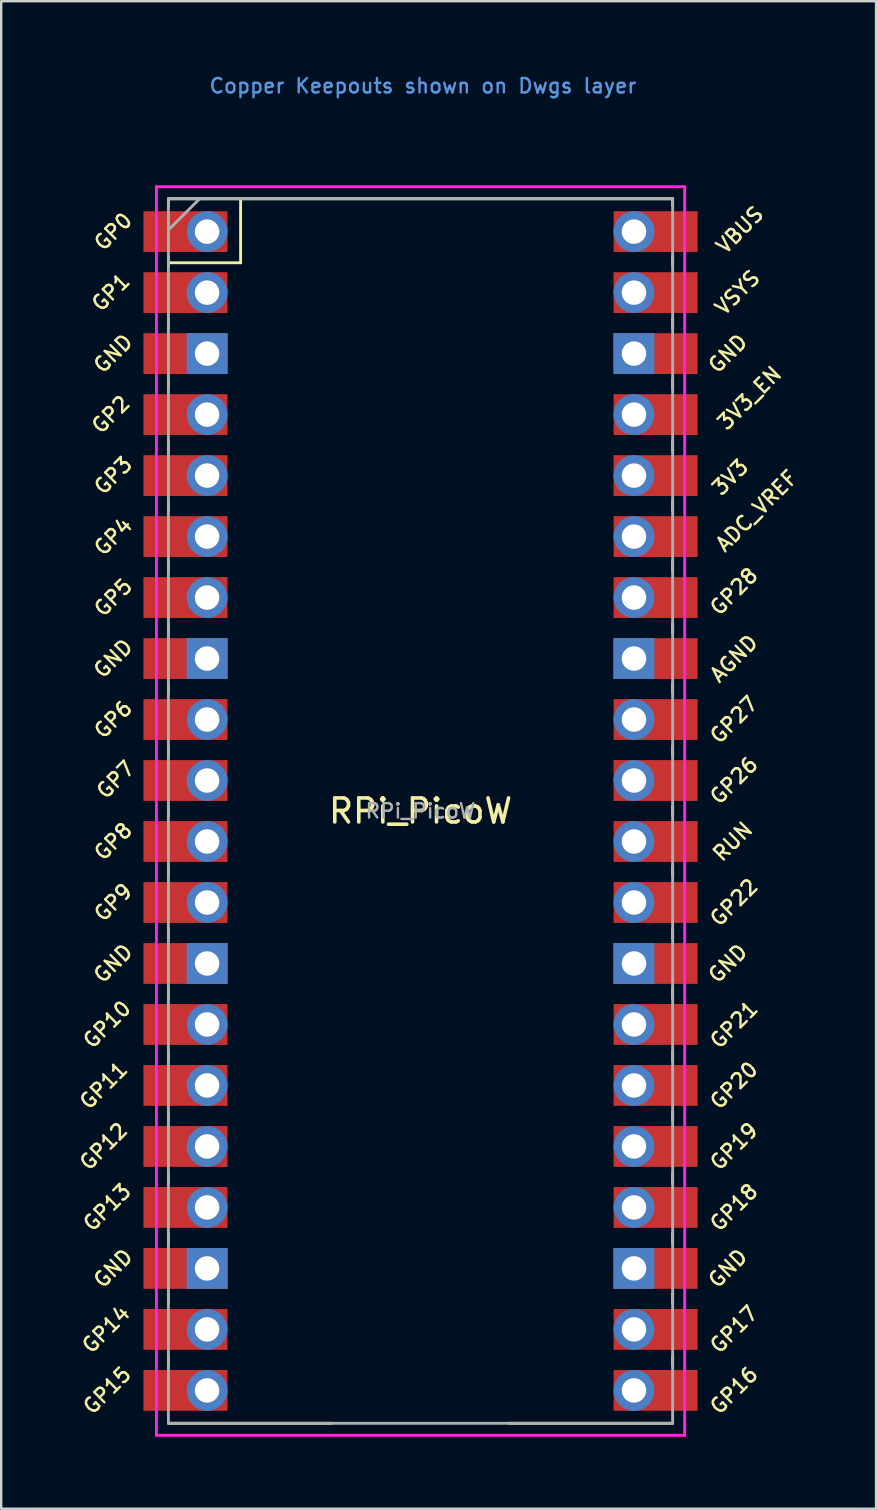
<source format=kicad_pcb>
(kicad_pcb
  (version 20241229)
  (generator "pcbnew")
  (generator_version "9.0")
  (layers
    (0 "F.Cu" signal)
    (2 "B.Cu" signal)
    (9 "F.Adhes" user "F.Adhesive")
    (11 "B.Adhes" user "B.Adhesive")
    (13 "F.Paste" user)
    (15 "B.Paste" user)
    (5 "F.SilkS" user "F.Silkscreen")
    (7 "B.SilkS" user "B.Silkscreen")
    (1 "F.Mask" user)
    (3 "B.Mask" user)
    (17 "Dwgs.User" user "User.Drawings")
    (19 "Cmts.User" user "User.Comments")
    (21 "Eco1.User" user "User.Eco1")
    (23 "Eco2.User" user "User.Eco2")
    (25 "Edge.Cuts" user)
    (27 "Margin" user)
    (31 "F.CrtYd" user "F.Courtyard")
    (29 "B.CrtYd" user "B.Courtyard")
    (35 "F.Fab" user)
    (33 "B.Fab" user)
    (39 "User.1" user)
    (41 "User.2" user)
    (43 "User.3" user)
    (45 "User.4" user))
  (footprint "RPi_PicoW"
    (layer "F.Cu")
    (at 14.464 30.727)
    (property "Reference" "RPi_PicoW" (at 0 0 0) (layer "F.SilkS") (effects (font (size 1 1) (thickness 0.15))))
    (attr through_hole)
    (fp_line (start -10.5 -25.5) (end -10.5 -25.2) (stroke (width 0.12) (type solid)) (layer "F.SilkS"))
    (fp_line (start -10.5 -25.5) (end 10.5 -25.5) (stroke (width 0.12) (type solid)) (layer "F.SilkS"))
    (fp_line (start -10.5 -23.1) (end -10.5 -22.7) (stroke (width 0.12) (type solid)) (layer "F.SilkS"))
    (fp_line (start -10.5 -22.833) (end -7.493 -22.833) (stroke (width 0.12) (type solid)) (layer "F.SilkS"))
    (fp_line (start -10.5 -20.5) (end -10.5 -20.1) (stroke (width 0.12) (type solid)) (layer "F.SilkS"))
    (fp_line (start -10.5 -18) (end -10.5 -17.6) (stroke (width 0.12) (type solid)) (layer "F.SilkS"))
    (fp_line (start -10.5 -15.4) (end -10.5 -15) (stroke (width 0.12) (type solid)) (layer "F.SilkS"))
    (fp_line (start -10.5 -12.9) (end -10.5 -12.5) (stroke (width 0.12) (type solid)) (layer "F.SilkS"))
    (fp_line (start -10.5 -10.4) (end -10.5 -10) (stroke (width 0.12) (type solid)) (layer "F.SilkS"))
    (fp_line (start -10.5 -7.8) (end -10.5 -7.4) (stroke (width 0.12) (type solid)) (layer "F.SilkS"))
    (fp_line (start -10.5 -5.3) (end -10.5 -4.9) (stroke (width 0.12) (type solid)) (layer "F.SilkS"))
    (fp_line (start -10.5 -2.7) (end -10.5 -2.3) (stroke (width 0.12) (type solid)) (layer "F.SilkS"))
    (fp_line (start -10.5 -0.2) (end -10.5 0.2) (stroke (width 0.12) (type solid)) (layer "F.SilkS"))
    (fp_line (start -10.5 2.3) (end -10.5 2.7) (stroke (width 0.12) (type solid)) (layer "F.SilkS"))
    (fp_line (start -10.5 4.9) (end -10.5 5.3) (stroke (width 0.12) (type solid)) (layer "F.SilkS"))
    (fp_line (start -10.5 7.4) (end -10.5 7.8) (stroke (width 0.12) (type solid)) (layer "F.SilkS"))
    (fp_line (start -10.5 10) (end -10.5 10.4) (stroke (width 0.12) (type solid)) (layer "F.SilkS"))
    (fp_line (start -10.5 12.5) (end -10.5 12.9) (stroke (width 0.12) (type solid)) (layer "F.SilkS"))
    (fp_line (start -10.5 15.1) (end -10.5 15.5) (stroke (width 0.12) (type solid)) (layer "F.SilkS"))
    (fp_line (start -10.5 17.6) (end -10.5 18) (stroke (width 0.12) (type solid)) (layer "F.SilkS"))
    (fp_line (start -10.5 20.1) (end -10.5 20.5) (stroke (width 0.12) (type solid)) (layer "F.SilkS"))
    (fp_line (start -10.5 22.7) (end -10.5 23.1) (stroke (width 0.12) (type solid)) (layer "F.SilkS"))
    (fp_line (start -7.493 -22.833) (end -7.493 -25.5) (stroke (width 0.12) (type solid)) (layer "F.SilkS"))
    (fp_line (start -3.7 25.5) (end -10.5 25.5) (stroke (width 0.12) (type solid)) (layer "F.SilkS"))
    (fp_line (start 10.5 -25.5) (end 10.5 -25.2) (stroke (width 0.12) (type solid)) (layer "F.SilkS"))
    (fp_line (start 10.5 -23.1) (end 10.5 -22.7) (stroke (width 0.12) (type solid)) (layer "F.SilkS"))
    (fp_line (start 10.5 -20.5) (end 10.5 -20.1) (stroke (width 0.12) (type solid)) (layer "F.SilkS"))
    (fp_line (start 10.5 -18) (end 10.5 -17.6) (stroke (width 0.12) (type solid)) (layer "F.SilkS"))
    (fp_line (start 10.5 -15.4) (end 10.5 -15) (stroke (width 0.12) (type solid)) (layer "F.SilkS"))
    (fp_line (start 10.5 -12.9) (end 10.5 -12.5) (stroke (width 0.12) (type solid)) (layer "F.SilkS"))
    (fp_line (start 10.5 -10.4) (end 10.5 -10) (stroke (width 0.12) (type solid)) (layer "F.SilkS"))
    (fp_line (start 10.5 -7.8) (end 10.5 -7.4) (stroke (width 0.12) (type solid)) (layer "F.SilkS"))
    (fp_line (start 10.5 -5.3) (end 10.5 -4.9) (stroke (width 0.12) (type solid)) (layer "F.SilkS"))
    (fp_line (start 10.5 -2.7) (end 10.5 -2.3) (stroke (width 0.12) (type solid)) (layer "F.SilkS"))
    (fp_line (start 10.5 -0.2) (end 10.5 0.2) (stroke (width 0.12) (type solid)) (layer "F.SilkS"))
    (fp_line (start 10.5 2.3) (end 10.5 2.7) (stroke (width 0.12) (type solid)) (layer "F.SilkS"))
    (fp_line (start 10.5 4.9) (end 10.5 5.3) (stroke (width 0.12) (type solid)) (layer "F.SilkS"))
    (fp_line (start 10.5 7.4) (end 10.5 7.8) (stroke (width 0.12) (type solid)) (layer "F.SilkS"))
    (fp_line (start 10.5 10) (end 10.5 10.4) (stroke (width 0.12) (type solid)) (layer "F.SilkS"))
    (fp_line (start 10.5 12.5) (end 10.5 12.9) (stroke (width 0.12) (type solid)) (layer "F.SilkS"))
    (fp_line (start 10.5 15.1) (end 10.5 15.5) (stroke (width 0.12) (type solid)) (layer "F.SilkS"))
    (fp_line (start 10.5 17.6) (end 10.5 18) (stroke (width 0.12) (type solid)) (layer "F.SilkS"))
    (fp_line (start 10.5 20.1) (end 10.5 20.5) (stroke (width 0.12) (type solid)) (layer "F.SilkS"))
    (fp_line (start 10.5 22.7) (end 10.5 23.1) (stroke (width 0.12) (type solid)) (layer "F.SilkS"))
    (fp_line (start 10.5 25.5) (end 3.7 25.5) (stroke (width 0.12) (type solid)) (layer "F.SilkS"))
    (fp_line (start -11 -26) (end 11 -26) (stroke (width 0.12) (type solid)) (layer "F.CrtYd"))
    (fp_line (start -11 26) (end -11 -26) (stroke (width 0.12) (type solid)) (layer "F.CrtYd"))
    (fp_line (start 11 -26) (end 11 26) (stroke (width 0.12) (type solid)) (layer "F.CrtYd"))
    (fp_line (start 11 26) (end -11 26) (stroke (width 0.12) (type solid)) (layer "F.CrtYd"))
    (fp_line (start -10.5 -25.5) (end 10.5 -25.5) (stroke (width 0.12) (type solid)) (layer "F.Fab"))
    (fp_line (start -10.5 -24.2) (end -9.2 -25.5) (stroke (width 0.12) (type solid)) (layer "F.Fab"))
    (fp_line (start -10.5 25.5) (end -10.5 -25.5) (stroke (width 0.12) (type solid)) (layer "F.Fab"))
    (fp_line (start 10.5 -25.5) (end 10.5 25.5) (stroke (width 0.12) (type solid)) (layer "F.Fab"))
    (fp_line (start 10.5 25.5) (end -10.5 25.5) (stroke (width 0.12) (type solid)) (layer "F.Fab"))
    (fp_text user "GP12" (at -13.2 13.97 45) (layer "F.SilkS") (effects (font (size 0.6 0.6) (thickness 0.1))))
    (fp_text user "VSYS" (at 13.2 -21.59 45) (layer "F.SilkS") (effects (font (size 0.6 0.6) (thickness 0.1))))
    (fp_text user "GND" (at 12.8 6.35 45) (layer "F.SilkS") (effects (font (size 0.6 0.6) (thickness 0.1))))
    (fp_text user "VBUS" (at 13.3 -24.2 45) (layer "F.SilkS") (effects (font (size 0.6 0.6) (thickness 0.1))))
    (fp_text user "GP1" (at -12.9 -21.6 45) (layer "F.SilkS") (effects (font (size 0.6 0.6) (thickness 0.1))))
    (fp_text user "GP4" (at -12.8 -11.43 45) (layer "F.SilkS") (effects (font (size 0.6 0.6) (thickness 0.1))))
    (fp_text user "GP28" (at 13.054 -9.144 45) (layer "F.SilkS") (effects (font (size 0.6 0.6) (thickness 0.1))))
    (fp_text user "GP2" (at -12.9 -16.51 45) (layer "F.SilkS") (effects (font (size 0.6 0.6) (thickness 0.1))))
    (fp_text user "GP17" (at 13.054 21.59 45) (layer "F.SilkS") (effects (font (size 0.6 0.6) (thickness 0.1))))
    (fp_text user "3V3" (at 12.9 -13.9 45) (layer "F.SilkS") (effects (font (size 0.6 0.6) (thickness 0.1))))
    (fp_text user "GP21" (at 13.054 8.9 45) (layer "F.SilkS") (effects (font (size 0.6 0.6) (thickness 0.1))))
    (fp_text user "GP5" (at -12.8 -8.89 45) (layer "F.SilkS") (effects (font (size 0.6 0.6) (thickness 0.1))))
    (fp_text user "GP7" (at -12.7 -1.3 45) (layer "F.SilkS") (effects (font (size 0.6 0.6) (thickness 0.1))))
    (fp_text user "GP20" (at 13.054 11.43 45) (layer "F.SilkS") (effects (font (size 0.6 0.6) (thickness 0.1))))
    (fp_text user "GP6" (at -12.8 -3.81 45) (layer "F.SilkS") (effects (font (size 0.6 0.6) (thickness 0.1))))
    (fp_text user "GP22" (at 13.054 3.81 45) (layer "F.SilkS") (effects (font (size 0.6 0.6) (thickness 0.1))))
    (fp_text user "GP11" (at -13.2 11.43 45) (layer "F.SilkS") (effects (font (size 0.6 0.6) (thickness 0.1))))
    (fp_text user "AGND" (at 13.054 -6.35 45) (layer "F.SilkS") (effects (font (size 0.6 0.6) (thickness 0.1))))
    (fp_text user "GP18" (at 13.054 16.51 45) (layer "F.SilkS") (effects (font (size 0.6 0.6) (thickness 0.1))))
    (fp_text user "GP27" (at 13.054 -3.8 45) (layer "F.SilkS") (effects (font (size 0.6 0.6) (thickness 0.1))))
    (fp_text user "GP15" (at -13.054 24.13 45) (layer "F.SilkS") (effects (font (size 0.6 0.6) (thickness 0.1))))
    (fp_text user "RUN" (at 13 1.27 45) (layer "F.SilkS") (effects (font (size 0.6 0.6) (thickness 0.1))))
    (fp_text user "GND" (at 12.8 19.05 45) (layer "F.SilkS") (effects (font (size 0.6 0.6) (thickness 0.1))))
    (fp_text user "GND" (at -12.8 6.35 45) (layer "F.SilkS") (effects (font (size 0.6 0.6) (thickness 0.1))))
    (fp_text user "GP9" (at -12.8 3.81 45) (layer "F.SilkS") (effects (font (size 0.6 0.6) (thickness 0.1))))
    (fp_text user "GP13" (at -13.054 16.51 45) (layer "F.SilkS") (effects (font (size 0.6 0.6) (thickness 0.1))))
    (fp_text user "GP8" (at -12.8 1.27 45) (layer "F.SilkS") (effects (font (size 0.6 0.6) (thickness 0.1))))
    (fp_text user "ADC_VREF" (at 14 -12.5 45) (layer "F.SilkS") (effects (font (size 0.6 0.6) (thickness 0.1))))
    (fp_text user "GP3" (at -12.8 -13.97 45) (layer "F.SilkS") (effects (font (size 0.6 0.6) (thickness 0.1))))
    (fp_text user "GND" (at 12.8 -19.05 45) (layer "F.SilkS") (effects (font (size 0.6 0.6) (thickness 0.1))))
    (fp_text user "GND" (at -12.8 19.05 45) (layer "F.SilkS") (effects (font (size 0.6 0.6) (thickness 0.1))))
    (fp_text user "3V3_EN" (at 13.7 -17.2 45) (layer "F.SilkS") (effects (font (size 0.6 0.6) (thickness 0.1))))
    (fp_text user "GP16" (at 13.054 24.13 45) (layer "F.SilkS") (effects (font (size 0.6 0.6) (thickness 0.1))))
    (fp_text user "GND" (at -12.8 -6.35 45) (layer "F.SilkS") (effects (font (size 0.6 0.6) (thickness 0.1))))
    (fp_text user "GP14" (at -13.1 21.59 45) (layer "F.SilkS") (effects (font (size 0.6 0.6) (thickness 0.1))))
    (fp_text user "GND" (at -12.8 -19.05 45) (layer "F.SilkS") (effects (font (size 0.6 0.6) (thickness 0.1))))
    (fp_text user "GP0" (at -12.8 -24.13 45) (layer "F.SilkS") (effects (font (size 0.6 0.6) (thickness 0.1))))
    (fp_text user "GP19" (at 13.054 13.97 45) (layer "F.SilkS") (effects (font (size 0.6 0.6) (thickness 0.1))))
    (fp_text user "GP10" (at -13.054 8.89 45) (layer "F.SilkS") (effects (font (size 0.6 0.6) (thickness 0.1))))
    (fp_text user "GP26" (at 13.054 -1.27 45) (layer "F.SilkS") (effects (font (size 0.6 0.6) (thickness 0.1))))
    (fp_text user "Copper Keepouts shown on Dwgs layer" (at 0.1 -30.2 0) (layer "Cmts.User") (effects (font (size 0.6 0.6) (thickness 0.1))))
    (fp_text user "${REFERENCE}" (at 0 0 180) (layer "F.Fab") (effects (font (size 0.6 0.6) (thickness 0.1))))
    (pad "1" thru_hole oval (at -8.89 -24.13) (size 1.7 1.7) (drill 1.02) (layers "*.Cu" "*.Mask"))
    (pad "1" smd rect (at -8.89 -24.13) (size 3.5 1.7) (drill (offset -0.9 0)) (layers "F.Cu" "F.Mask"))
    (pad "2" thru_hole oval (at -8.89 -21.59) (size 1.7 1.7) (drill 1.02) (layers "*.Cu" "*.Mask"))
    (pad "2" smd rect (at -8.89 -21.59) (size 3.5 1.7) (drill (offset -0.9 0)) (layers "F.Cu" "F.Mask"))
    (pad "3" thru_hole rect (at -8.89 -19.05) (size 1.7 1.7) (drill 1.02) (layers "*.Cu" "*.Mask"))
    (pad "3" smd rect (at -8.89 -19.05) (size 3.5 1.7) (drill (offset -0.9 0)) (layers "F.Cu" "F.Mask"))
    (pad "4" thru_hole oval (at -8.89 -16.51) (size 1.7 1.7) (drill 1.02) (layers "*.Cu" "*.Mask"))
    (pad "4" smd rect (at -8.89 -16.51) (size 3.5 1.7) (drill (offset -0.9 0)) (layers "F.Cu" "F.Mask"))
    (pad "5" thru_hole oval (at -8.89 -13.97) (size 1.7 1.7) (drill 1.02) (layers "*.Cu" "*.Mask"))
    (pad "5" smd rect (at -8.89 -13.97) (size 3.5 1.7) (drill (offset -0.9 0)) (layers "F.Cu" "F.Mask"))
    (pad "6" thru_hole oval (at -8.89 -11.43) (size 1.7 1.7) (drill 1.02) (layers "*.Cu" "*.Mask"))
    (pad "6" smd rect (at -8.89 -11.43) (size 3.5 1.7) (drill (offset -0.9 0)) (layers "F.Cu" "F.Mask"))
    (pad "7" thru_hole oval (at -8.89 -8.89) (size 1.7 1.7) (drill 1.02) (layers "*.Cu" "*.Mask"))
    (pad "7" smd rect (at -8.89 -8.89) (size 3.5 1.7) (drill (offset -0.9 0)) (layers "F.Cu" "F.Mask"))
    (pad "8" thru_hole rect (at -8.89 -6.35) (size 1.7 1.7) (drill 1.02) (layers "*.Cu" "*.Mask"))
    (pad "8" smd rect (at -8.89 -6.35) (size 3.5 1.7) (drill (offset -0.9 0)) (layers "F.Cu" "F.Mask"))
    (pad "9" thru_hole oval (at -8.89 -3.81) (size 1.7 1.7) (drill 1.02) (layers "*.Cu" "*.Mask"))
    (pad "9" smd rect (at -8.89 -3.81) (size 3.5 1.7) (drill (offset -0.9 0)) (layers "F.Cu" "F.Mask"))
    (pad "10" thru_hole oval (at -8.89 -1.27) (size 1.7 1.7) (drill 1.02) (layers "*.Cu" "*.Mask"))
    (pad "10" smd rect (at -8.89 -1.27) (size 3.5 1.7) (drill (offset -0.9 0)) (layers "F.Cu" "F.Mask"))
    (pad "11" thru_hole oval (at -8.89 1.27) (size 1.7 1.7) (drill 1.02) (layers "*.Cu" "*.Mask"))
    (pad "11" smd rect (at -8.89 1.27) (size 3.5 1.7) (drill (offset -0.9 0)) (layers "F.Cu" "F.Mask"))
    (pad "12" thru_hole oval (at -8.89 3.81) (size 1.7 1.7) (drill 1.02) (layers "*.Cu" "*.Mask"))
    (pad "12" smd rect (at -8.89 3.81) (size 3.5 1.7) (drill (offset -0.9 0)) (layers "F.Cu" "F.Mask"))
    (pad "13" thru_hole rect (at -8.89 6.35) (size 1.7 1.7) (drill 1.02) (layers "*.Cu" "*.Mask"))
    (pad "13" smd rect (at -8.89 6.35) (size 3.5 1.7) (drill (offset -0.9 0)) (layers "F.Cu" "F.Mask"))
    (pad "14" thru_hole oval (at -8.89 8.89) (size 1.7 1.7) (drill 1.02) (layers "*.Cu" "*.Mask"))
    (pad "14" smd rect (at -8.89 8.89) (size 3.5 1.7) (drill (offset -0.9 0)) (layers "F.Cu" "F.Mask"))
    (pad "15" thru_hole oval (at -8.89 11.43) (size 1.7 1.7) (drill 1.02) (layers "*.Cu" "*.Mask"))
    (pad "15" smd rect (at -8.89 11.43) (size 3.5 1.7) (drill (offset -0.9 0)) (layers "F.Cu" "F.Mask"))
    (pad "16" thru_hole oval (at -8.89 13.97) (size 1.7 1.7) (drill 1.02) (layers "*.Cu" "*.Mask"))
    (pad "16" smd rect (at -8.89 13.97) (size 3.5 1.7) (drill (offset -0.9 0)) (layers "F.Cu" "F.Mask"))
    (pad "17" thru_hole oval (at -8.89 16.51) (size 1.7 1.7) (drill 1.02) (layers "*.Cu" "*.Mask"))
    (pad "17" smd rect (at -8.89 16.51) (size 3.5 1.7) (drill (offset -0.9 0)) (layers "F.Cu" "F.Mask"))
    (pad "18" thru_hole rect (at -8.89 19.05) (size 1.7 1.7) (drill 1.02) (layers "*.Cu" "*.Mask"))
    (pad "18" smd rect (at -8.89 19.05) (size 3.5 1.7) (drill (offset -0.9 0)) (layers "F.Cu" "F.Mask"))
    (pad "19" thru_hole oval (at -8.89 21.59) (size 1.7 1.7) (drill 1.02) (layers "*.Cu" "*.Mask"))
    (pad "19" smd rect (at -8.89 21.59) (size 3.5 1.7) (drill (offset -0.9 0)) (layers "F.Cu" "F.Mask"))
    (pad "20" thru_hole oval (at -8.89 24.13) (size 1.7 1.7) (drill 1.02) (layers "*.Cu" "*.Mask"))
    (pad "20" smd rect (at -8.89 24.13) (size 3.5 1.7) (drill (offset -0.9 0)) (layers "F.Cu" "F.Mask"))
    (pad "21" thru_hole oval (at 8.89 24.13) (size 1.7 1.7) (drill 1.02) (layers "*.Cu" "*.Mask"))
    (pad "21" smd rect (at 8.89 24.13) (size 3.5 1.7) (drill (offset 0.9 0)) (layers "F.Cu" "F.Mask"))
    (pad "22" thru_hole oval (at 8.89 21.59) (size 1.7 1.7) (drill 1.02) (layers "*.Cu" "*.Mask"))
    (pad "22" smd rect (at 8.89 21.59) (size 3.5 1.7) (drill (offset 0.9 0)) (layers "F.Cu" "F.Mask"))
    (pad "23" thru_hole rect (at 8.89 19.05) (size 1.7 1.7) (drill 1.02) (layers "*.Cu" "*.Mask"))
    (pad "23" smd rect (at 8.89 19.05) (size 3.5 1.7) (drill (offset 0.9 0)) (layers "F.Cu" "F.Mask"))
    (pad "24" thru_hole oval (at 8.89 16.51) (size 1.7 1.7) (drill 1.02) (layers "*.Cu" "*.Mask"))
    (pad "24" smd rect (at 8.89 16.51) (size 3.5 1.7) (drill (offset 0.9 0)) (layers "F.Cu" "F.Mask"))
    (pad "25" thru_hole oval (at 8.89 13.97) (size 1.7 1.7) (drill 1.02) (layers "*.Cu" "*.Mask"))
    (pad "25" smd rect (at 8.89 13.97) (size 3.5 1.7) (drill (offset 0.9 0)) (layers "F.Cu" "F.Mask"))
    (pad "26" thru_hole oval (at 8.89 11.43) (size 1.7 1.7) (drill 1.02) (layers "*.Cu" "*.Mask"))
    (pad "26" smd rect (at 8.89 11.43) (size 3.5 1.7) (drill (offset 0.9 0)) (layers "F.Cu" "F.Mask"))
    (pad "27" thru_hole oval (at 8.89 8.89) (size 1.7 1.7) (drill 1.02) (layers "*.Cu" "*.Mask"))
    (pad "27" smd rect (at 8.89 8.89) (size 3.5 1.7) (drill (offset 0.9 0)) (layers "F.Cu" "F.Mask"))
    (pad "28" thru_hole rect (at 8.89 6.35) (size 1.7 1.7) (drill 1.02) (layers "*.Cu" "*.Mask"))
    (pad "28" smd rect (at 8.89 6.35) (size 3.5 1.7) (drill (offset 0.9 0)) (layers "F.Cu" "F.Mask"))
    (pad "29" thru_hole oval (at 8.89 3.81) (size 1.7 1.7) (drill 1.02) (layers "*.Cu" "*.Mask"))
    (pad "29" smd rect (at 8.89 3.81) (size 3.5 1.7) (drill (offset 0.9 0)) (layers "F.Cu" "F.Mask"))
    (pad "30" thru_hole oval (at 8.89 1.27) (size 1.7 1.7) (drill 1.02) (layers "*.Cu" "*.Mask"))
    (pad "30" smd rect (at 8.89 1.27) (size 3.5 1.7) (drill (offset 0.9 0)) (layers "F.Cu" "F.Mask"))
    (pad "31" thru_hole oval (at 8.89 -1.27) (size 1.7 1.7) (drill 1.02) (layers "*.Cu" "*.Mask"))
    (pad "31" smd rect (at 8.89 -1.27) (size 3.5 1.7) (drill (offset 0.9 0)) (layers "F.Cu" "F.Mask"))
    (pad "32" thru_hole oval (at 8.89 -3.81) (size 1.7 1.7) (drill 1.02) (layers "*.Cu" "*.Mask"))
    (pad "32" smd rect (at 8.89 -3.81) (size 3.5 1.7) (drill (offset 0.9 0)) (layers "F.Cu" "F.Mask"))
    (pad "33" thru_hole rect (at 8.89 -6.35) (size 1.7 1.7) (drill 1.02) (layers "*.Cu" "*.Mask"))
    (pad "33" smd rect (at 8.89 -6.35) (size 3.5 1.7) (drill (offset 0.9 0)) (layers "F.Cu" "F.Mask"))
    (pad "34" thru_hole oval (at 8.89 -8.89) (size 1.7 1.7) (drill 1.02) (layers "*.Cu" "*.Mask"))
    (pad "34" smd rect (at 8.89 -8.89) (size 3.5 1.7) (drill (offset 0.9 0)) (layers "F.Cu" "F.Mask"))
    (pad "35" thru_hole oval (at 8.89 -11.43) (size 1.7 1.7) (drill 1.02) (layers "*.Cu" "*.Mask"))
    (pad "35" smd rect (at 8.89 -11.43) (size 3.5 1.7) (drill (offset 0.9 0)) (layers "F.Cu" "F.Mask"))
    (pad "36" thru_hole oval (at 8.89 -13.97) (size 1.7 1.7) (drill 1.02) (layers "*.Cu" "*.Mask"))
    (pad "36" smd rect (at 8.89 -13.97) (size 3.5 1.7) (drill (offset 0.9 0)) (layers "F.Cu" "F.Mask"))
    (pad "37" thru_hole oval (at 8.89 -16.51) (size 1.7 1.7) (drill 1.02) (layers "*.Cu" "*.Mask"))
    (pad "37" smd rect (at 8.89 -16.51) (size 3.5 1.7) (drill (offset 0.9 0)) (layers "F.Cu" "F.Mask"))
    (pad "38" thru_hole rect (at 8.89 -19.05) (size 1.7 1.7) (drill 1.02) (layers "*.Cu" "*.Mask"))
    (pad "38" smd rect (at 8.89 -19.05) (size 3.5 1.7) (drill (offset 0.9 0)) (layers "F.Cu" "F.Mask"))
    (pad "39" thru_hole oval (at 8.89 -21.59) (size 1.7 1.7) (drill 1.02) (layers "*.Cu" "*.Mask"))
    (pad "39" smd rect (at 8.89 -21.59) (size 3.5 1.7) (drill (offset 0.9 0)) (layers "F.Cu" "F.Mask"))
    (pad "40" thru_hole oval (at 8.89 -24.13) (size 1.7 1.7) (drill 1.02) (layers "*.Cu" "*.Mask"))
    (pad "40" smd rect (at 8.89 -24.13) (size 3.5 1.7) (drill (offset 0.9 0)) (layers "F.Cu" "F.Mask")))
  (gr_rect
    (start -3 -3)
    (end 33.436 59.786)
    (stroke (width 0.1) (type default))
    (fill no)
    (layer "Edge.Cuts")))
</source>
